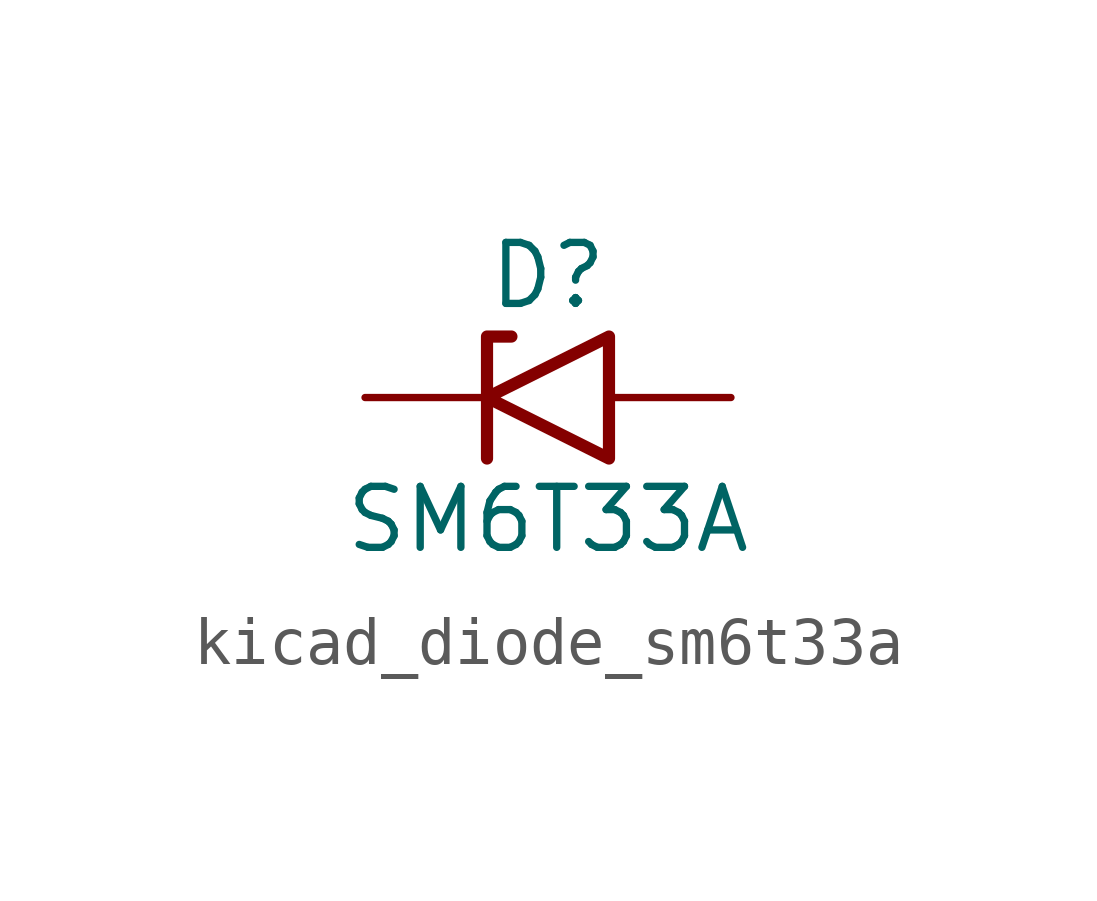
<source format=kicad_sym>
(kicad_symbol_lib
  (version 20220914)
  (generator kicad_symbol_editor)
  (symbol "kicad_diode_sm6t33a"
    (pin_numbers hide)
    (pin_names
      (offset 1.016) hide)
    (property "Reference" "D"
      (at 0 2.54 0)
      (effects (font (size 1.27 1.27))))
    (property "Value" "SM6T33A"
      (at 0 -2.54 0)
      (effects (font (size 1.27 1.27))))
    (symbol "kicad_diode_sm6t33a_0_1"
      (polyline (pts (xy -0.762 1.27) (xy -1.27 1.27) (xy -1.27 -1.27)) (stroke (width 0.254) (type default)) (fill (type none)))
      (polyline (pts (xy 1.27 1.27) (xy 1.27 -1.27) (xy -1.27 0) (xy 1.27 1.27)) (stroke (width 0.254) (type default)) (fill (type none))))
    (symbol "kicad_diode_sm6t33a_1_1"
      (pin passive line (at -3.81 0 0) (length 2.54) (name "A1" (effects (font (size 1.27 1.27)))) (number "1" (effects (font (size 1.27 1.27)))))
      (pin passive line (at 3.81 0 180) (length 2.54) (name "A2" (effects (font (size 1.27 1.27)))) (number "2" (effects (font (size 1.27 1.27))))))))
</source>
